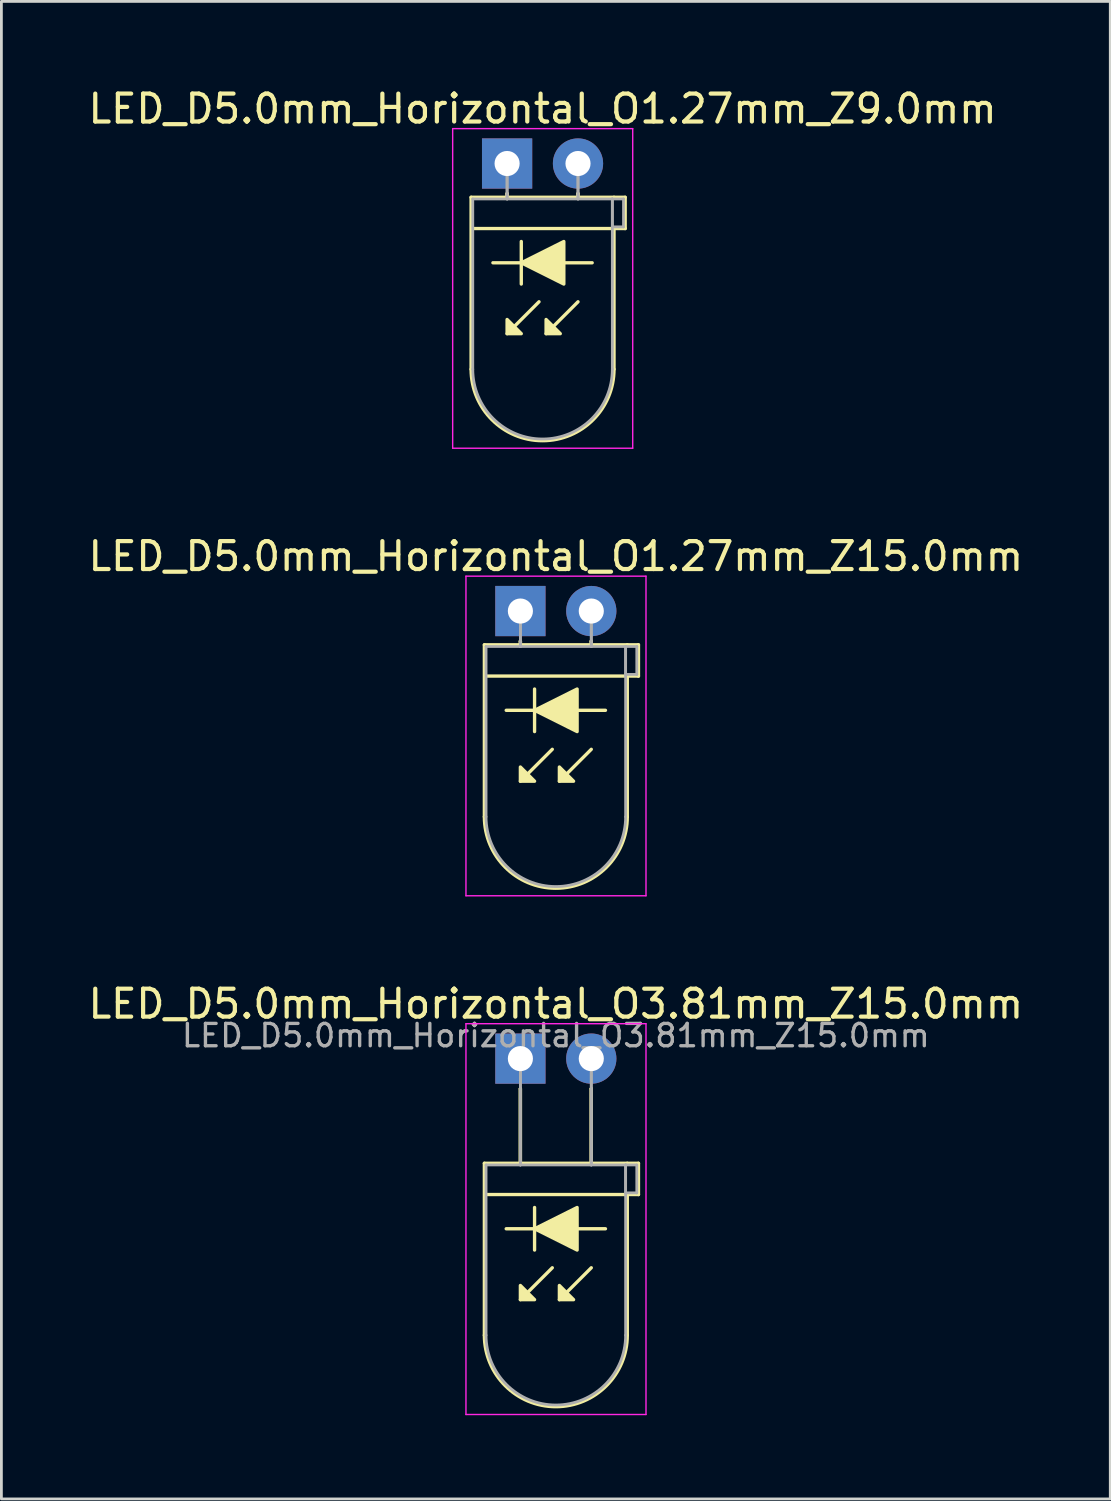
<source format=kicad_pcb>
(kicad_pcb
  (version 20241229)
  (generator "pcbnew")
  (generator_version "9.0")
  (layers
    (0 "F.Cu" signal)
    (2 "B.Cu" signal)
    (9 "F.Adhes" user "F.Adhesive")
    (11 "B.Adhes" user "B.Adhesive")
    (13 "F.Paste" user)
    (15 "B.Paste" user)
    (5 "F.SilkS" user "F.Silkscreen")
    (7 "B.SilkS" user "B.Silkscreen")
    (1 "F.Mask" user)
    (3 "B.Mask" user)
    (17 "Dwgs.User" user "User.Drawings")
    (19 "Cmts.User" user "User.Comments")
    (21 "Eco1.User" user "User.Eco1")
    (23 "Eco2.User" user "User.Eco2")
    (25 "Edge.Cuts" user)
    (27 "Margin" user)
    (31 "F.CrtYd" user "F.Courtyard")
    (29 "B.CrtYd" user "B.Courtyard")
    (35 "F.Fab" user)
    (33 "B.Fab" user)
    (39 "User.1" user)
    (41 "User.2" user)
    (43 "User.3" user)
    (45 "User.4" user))
  (footprint "LED_D5.0mm_Horizontal_O3.81mm_Z15.0mm"
    (layer "F.Cu")
    (at 15.593 34.875)
    (property "Reference" "LED_D5.0mm_Horizontal_O3.81mm_Z15.0mm" (at 1.27 -1.96 0) (layer "F.SilkS") (effects (font (size 1 1) (thickness 0.15))))
    (fp_line (start -1.29 3.75) (end -1.29 9.91) (stroke (width 0.12) (type solid)) (layer "F.SilkS"))
    (fp_line (start -1.29 3.75) (end 3.83 3.75) (stroke (width 0.12) (type solid)) (layer "F.SilkS"))
    (fp_line (start 0 1.08) (end 0 1.08) (stroke (width 0.12) (type solid)) (layer "F.SilkS"))
    (fp_line (start 0 1.08) (end 0 3.75) (stroke (width 0.12) (type solid)) (layer "F.SilkS"))
    (fp_line (start 0 3.75) (end 0 1.08) (stroke (width 0.12) (type solid)) (layer "F.SilkS"))
    (fp_line (start 0 3.75) (end 0 3.75) (stroke (width 0.12) (type solid)) (layer "F.SilkS"))
    (fp_line (start 0.508 5.334) (end 0.508 6.858) (stroke (width 0.12) (type solid)) (layer "F.SilkS"))
    (fp_line (start 0.508 6.096) (end -0.508 6.096) (stroke (width 0.12) (type solid)) (layer "F.SilkS"))
    (fp_line (start 1.143 7.493) (end 0 8.636) (stroke (width 0.12) (type solid)) (layer "F.SilkS"))
    (fp_line (start 2.54 1.08) (end 2.54 1.08) (stroke (width 0.12) (type solid)) (layer "F.SilkS"))
    (fp_line (start 2.54 1.08) (end 2.54 3.75) (stroke (width 0.12) (type solid)) (layer "F.SilkS"))
    (fp_line (start 2.54 3.75) (end 2.54 1.08) (stroke (width 0.12) (type solid)) (layer "F.SilkS"))
    (fp_line (start 2.54 3.75) (end 2.54 3.75) (stroke (width 0.12) (type solid)) (layer "F.SilkS"))
    (fp_line (start 2.54 7.493) (end 1.397 8.636) (stroke (width 0.12) (type solid)) (layer "F.SilkS"))
    (fp_line (start 3.048 6.096) (end 2.032 6.096) (stroke (width 0.12) (type solid)) (layer "F.SilkS"))
    (fp_line (start 3.83 3.75) (end 4.23 3.75) (stroke (width 0.12) (type solid)) (layer "F.SilkS"))
    (fp_line (start 3.83 4.87) (end 3.83 9.91) (stroke (width 0.12) (type solid)) (layer "F.SilkS"))
    (fp_line (start 4.23 3.75) (end 4.23 4.87) (stroke (width 0.12) (type solid)) (layer "F.SilkS"))
    (fp_line (start 4.23 4.87) (end -1.27 4.87) (stroke (width 0.12) (type solid)) (layer "F.SilkS"))
    (fp_arc (start 3.83 9.91) (mid 1.27 12.47) (end -1.29 9.91) (stroke (width 0.12) (type solid)) (layer "F.SilkS"))
    (fp_poly (pts (xy 0 8.128) (xy 0.508 8.636) (xy 0 8.636)) (stroke (width 0.12) (type solid)) (fill yes) (layer "F.SilkS"))
    (fp_poly (pts (xy 1.397 8.128) (xy 1.905 8.636) (xy 1.397 8.636)) (stroke (width 0.12) (type solid)) (fill yes) (layer "F.SilkS"))
    (fp_poly (pts (xy 2.032 6.858) (xy 0.508 6.096) (xy 2.032 5.334)) (stroke (width 0.12) (type solid)) (fill yes) (layer "F.SilkS"))
    (fp_line (start -1.95 -1.25) (end -1.95 12.75) (stroke (width 0.05) (type solid)) (layer "F.CrtYd"))
    (fp_line (start -1.95 12.75) (end 4.5 12.75) (stroke (width 0.05) (type solid)) (layer "F.CrtYd"))
    (fp_line (start 4.5 -1.25) (end -1.95 -1.25) (stroke (width 0.05) (type solid)) (layer "F.CrtYd"))
    (fp_line (start 4.5 12.75) (end 4.5 -1.25) (stroke (width 0.05) (type solid)) (layer "F.CrtYd"))
    (fp_line (start -1.23 3.81) (end -1.23 9.91) (stroke (width 0.1) (type solid)) (layer "F.Fab"))
    (fp_line (start -1.23 3.81) (end 3.77 3.81) (stroke (width 0.1) (type solid)) (layer "F.Fab"))
    (fp_line (start 0 0) (end 0 0) (stroke (width 0.1) (type solid)) (layer "F.Fab"))
    (fp_line (start 0 0) (end 0 3.81) (stroke (width 0.1) (type solid)) (layer "F.Fab"))
    (fp_line (start 0 3.81) (end 0 0) (stroke (width 0.1) (type solid)) (layer "F.Fab"))
    (fp_line (start 0 3.81) (end 0 3.81) (stroke (width 0.1) (type solid)) (layer "F.Fab"))
    (fp_line (start 2.54 0) (end 2.54 0) (stroke (width 0.1) (type solid)) (layer "F.Fab"))
    (fp_line (start 2.54 0) (end 2.54 3.81) (stroke (width 0.1) (type solid)) (layer "F.Fab"))
    (fp_line (start 2.54 3.81) (end 2.54 0) (stroke (width 0.1) (type solid)) (layer "F.Fab"))
    (fp_line (start 2.54 3.81) (end 2.54 3.81) (stroke (width 0.1) (type solid)) (layer "F.Fab"))
    (fp_line (start 3.77 3.81) (end 3.77 9.91) (stroke (width 0.1) (type solid)) (layer "F.Fab"))
    (fp_line (start 3.77 3.81) (end 4.17 3.81) (stroke (width 0.1) (type solid)) (layer "F.Fab"))
    (fp_line (start 3.77 4.81) (end 3.77 3.81) (stroke (width 0.1) (type solid)) (layer "F.Fab"))
    (fp_line (start 4.17 3.81) (end 4.17 4.81) (stroke (width 0.1) (type solid)) (layer "F.Fab"))
    (fp_line (start 4.17 4.81) (end 3.77 4.81) (stroke (width 0.1) (type solid)) (layer "F.Fab"))
    (fp_arc (start 3.77 9.91) (mid 1.27 12.41) (end -1.23 9.91) (stroke (width 0.1) (type solid)) (layer "F.Fab"))
    (fp_text user "${REFERENCE}" (at 1.27 -0.826 0) (layer "F.Fab") (effects (font (size 0.8 0.8) (thickness 0.12))))
    (pad "1" thru_hole rect (at 0 0) (size 1.8 1.8) (drill 0.9) (layers "*.Cu" "*.Mask"))
    (pad "2" thru_hole circle (at 2.54 0) (size 1.8 1.8) (drill 0.9) (layers "*.Cu" "*.Mask")))
  (footprint "LED_D5.0mm_Horizontal_O1.27mm_Z15.0mm"
    (layer "F.Cu")
    (at 15.593 18.841)
    (property "Reference" "LED_D5.0mm_Horizontal_O1.27mm_Z15.0mm" (at 1.27 -1.96 0) (layer "F.SilkS") (effects (font (size 1 1) (thickness 0.15))))
    (fp_line (start -1.29 1.21) (end -1.29 7.37) (stroke (width 0.12) (type solid)) (layer "F.SilkS"))
    (fp_line (start -1.29 1.21) (end 3.83 1.21) (stroke (width 0.12) (type solid)) (layer "F.SilkS"))
    (fp_line (start 0 1.08) (end 0 1.08) (stroke (width 0.12) (type solid)) (layer "F.SilkS"))
    (fp_line (start 0 1.08) (end 0 1.21) (stroke (width 0.12) (type solid)) (layer "F.SilkS"))
    (fp_line (start 0 1.21) (end 0 1.08) (stroke (width 0.12) (type solid)) (layer "F.SilkS"))
    (fp_line (start 0 1.21) (end 0 1.21) (stroke (width 0.12) (type solid)) (layer "F.SilkS"))
    (fp_line (start 0.508 2.794) (end 0.508 4.318) (stroke (width 0.12) (type solid)) (layer "F.SilkS"))
    (fp_line (start 0.508 3.556) (end -0.508 3.556) (stroke (width 0.12) (type solid)) (layer "F.SilkS"))
    (fp_line (start 1.143 4.953) (end 0 6.096) (stroke (width 0.12) (type solid)) (layer "F.SilkS"))
    (fp_line (start 2.54 1.08) (end 2.54 1.08) (stroke (width 0.12) (type solid)) (layer "F.SilkS"))
    (fp_line (start 2.54 1.08) (end 2.54 1.21) (stroke (width 0.12) (type solid)) (layer "F.SilkS"))
    (fp_line (start 2.54 1.21) (end 2.54 1.08) (stroke (width 0.12) (type solid)) (layer "F.SilkS"))
    (fp_line (start 2.54 1.21) (end 2.54 1.21) (stroke (width 0.12) (type solid)) (layer "F.SilkS"))
    (fp_line (start 2.54 4.953) (end 1.397 6.096) (stroke (width 0.12) (type solid)) (layer "F.SilkS"))
    (fp_line (start 3.048 3.556) (end 2.032 3.556) (stroke (width 0.12) (type solid)) (layer "F.SilkS"))
    (fp_line (start 3.83 1.21) (end 4.23 1.21) (stroke (width 0.12) (type solid)) (layer "F.SilkS"))
    (fp_line (start 3.83 2.33) (end 3.83 7.37) (stroke (width 0.12) (type solid)) (layer "F.SilkS"))
    (fp_line (start 4.23 1.21) (end 4.23 2.33) (stroke (width 0.12) (type solid)) (layer "F.SilkS"))
    (fp_line (start 4.23 2.33) (end -1.27 2.33) (stroke (width 0.12) (type solid)) (layer "F.SilkS"))
    (fp_arc (start 3.83 7.37) (mid 1.27 9.93) (end -1.29 7.37) (stroke (width 0.12) (type solid)) (layer "F.SilkS"))
    (fp_poly (pts (xy 0 5.588) (xy 0.508 6.096) (xy 0 6.096)) (stroke (width 0.12) (type solid)) (fill yes) (layer "F.SilkS"))
    (fp_poly (pts (xy 1.397 5.588) (xy 1.905 6.096) (xy 1.397 6.096)) (stroke (width 0.12) (type solid)) (fill yes) (layer "F.SilkS"))
    (fp_poly (pts (xy 2.032 4.318) (xy 0.508 3.556) (xy 2.032 2.794)) (stroke (width 0.12) (type solid)) (fill yes) (layer "F.SilkS"))
    (fp_line (start -1.95 -1.25) (end -1.95 10.2) (stroke (width 0.05) (type solid)) (layer "F.CrtYd"))
    (fp_line (start -1.95 10.2) (end 4.5 10.2) (stroke (width 0.05) (type solid)) (layer "F.CrtYd"))
    (fp_line (start 4.5 -1.25) (end -1.95 -1.25) (stroke (width 0.05) (type solid)) (layer "F.CrtYd"))
    (fp_line (start 4.5 10.2) (end 4.5 -1.25) (stroke (width 0.05) (type solid)) (layer "F.CrtYd"))
    (fp_line (start -1.23 1.27) (end -1.23 7.37) (stroke (width 0.1) (type solid)) (layer "F.Fab"))
    (fp_line (start -1.23 1.27) (end 3.77 1.27) (stroke (width 0.1) (type solid)) (layer "F.Fab"))
    (fp_line (start 0 0) (end 0 0) (stroke (width 0.1) (type solid)) (layer "F.Fab"))
    (fp_line (start 0 0) (end 0 1.27) (stroke (width 0.1) (type solid)) (layer "F.Fab"))
    (fp_line (start 0 1.27) (end 0 0) (stroke (width 0.1) (type solid)) (layer "F.Fab"))
    (fp_line (start 0 1.27) (end 0 1.27) (stroke (width 0.1) (type solid)) (layer "F.Fab"))
    (fp_line (start 2.54 0) (end 2.54 0) (stroke (width 0.1) (type solid)) (layer "F.Fab"))
    (fp_line (start 2.54 0) (end 2.54 1.27) (stroke (width 0.1) (type solid)) (layer "F.Fab"))
    (fp_line (start 2.54 1.27) (end 2.54 0) (stroke (width 0.1) (type solid)) (layer "F.Fab"))
    (fp_line (start 2.54 1.27) (end 2.54 1.27) (stroke (width 0.1) (type solid)) (layer "F.Fab"))
    (fp_line (start 3.77 1.27) (end 3.77 7.37) (stroke (width 0.1) (type solid)) (layer "F.Fab"))
    (fp_line (start 3.77 1.27) (end 4.17 1.27) (stroke (width 0.1) (type solid)) (layer "F.Fab"))
    (fp_line (start 3.77 2.27) (end 3.77 1.27) (stroke (width 0.1) (type solid)) (layer "F.Fab"))
    (fp_line (start 4.17 1.27) (end 4.17 2.27) (stroke (width 0.1) (type solid)) (layer "F.Fab"))
    (fp_line (start 4.17 2.27) (end 3.77 2.27) (stroke (width 0.1) (type solid)) (layer "F.Fab"))
    (fp_arc (start 3.77 7.37) (mid 1.27 9.87) (end -1.23 7.37) (stroke (width 0.1) (type solid)) (layer "F.Fab"))
    (pad "1" thru_hole rect (at 0 0) (size 1.8 1.8) (drill 0.9) (layers "*.Cu" "*.Mask"))
    (pad "2" thru_hole circle (at 2.54 0) (size 1.8 1.8) (drill 0.9) (layers "*.Cu" "*.Mask")))
  (footprint "LED_D5.0mm_Horizontal_O1.27mm_Z9.0mm"
    (layer "F.Cu")
    (at 15.117 2.808)
    (property "Reference" "LED_D5.0mm_Horizontal_O1.27mm_Z9.0mm" (at 1.27 -1.96 0) (layer "F.SilkS") (effects (font (size 1 1) (thickness 0.15))))
    (fp_line (start -1.29 1.21) (end -1.29 7.37) (stroke (width 0.12) (type solid)) (layer "F.SilkS"))
    (fp_line (start -1.29 1.21) (end 3.83 1.21) (stroke (width 0.12) (type solid)) (layer "F.SilkS"))
    (fp_line (start 0 1.08) (end 0 1.08) (stroke (width 0.12) (type solid)) (layer "F.SilkS"))
    (fp_line (start 0 1.08) (end 0 1.21) (stroke (width 0.12) (type solid)) (layer "F.SilkS"))
    (fp_line (start 0 1.21) (end 0 1.08) (stroke (width 0.12) (type solid)) (layer "F.SilkS"))
    (fp_line (start 0 1.21) (end 0 1.21) (stroke (width 0.12) (type solid)) (layer "F.SilkS"))
    (fp_line (start 0.508 2.794) (end 0.508 4.318) (stroke (width 0.12) (type solid)) (layer "F.SilkS"))
    (fp_line (start 0.508 3.556) (end -0.508 3.556) (stroke (width 0.12) (type solid)) (layer "F.SilkS"))
    (fp_line (start 1.143 4.953) (end 0 6.096) (stroke (width 0.12) (type solid)) (layer "F.SilkS"))
    (fp_line (start 2.54 1.08) (end 2.54 1.08) (stroke (width 0.12) (type solid)) (layer "F.SilkS"))
    (fp_line (start 2.54 1.08) (end 2.54 1.21) (stroke (width 0.12) (type solid)) (layer "F.SilkS"))
    (fp_line (start 2.54 1.21) (end 2.54 1.08) (stroke (width 0.12) (type solid)) (layer "F.SilkS"))
    (fp_line (start 2.54 1.21) (end 2.54 1.21) (stroke (width 0.12) (type solid)) (layer "F.SilkS"))
    (fp_line (start 2.54 4.953) (end 1.397 6.096) (stroke (width 0.12) (type solid)) (layer "F.SilkS"))
    (fp_line (start 3.048 3.556) (end 2.032 3.556) (stroke (width 0.12) (type solid)) (layer "F.SilkS"))
    (fp_line (start 3.83 1.21) (end 4.23 1.21) (stroke (width 0.12) (type solid)) (layer "F.SilkS"))
    (fp_line (start 3.83 2.33) (end 3.83 7.37) (stroke (width 0.12) (type solid)) (layer "F.SilkS"))
    (fp_line (start 4.23 1.21) (end 4.23 2.33) (stroke (width 0.12) (type solid)) (layer "F.SilkS"))
    (fp_line (start 4.23 2.33) (end -1.27 2.33) (stroke (width 0.12) (type solid)) (layer "F.SilkS"))
    (fp_arc (start 3.83 7.37) (mid 1.27 9.93) (end -1.29 7.37) (stroke (width 0.12) (type solid)) (layer "F.SilkS"))
    (fp_poly (pts (xy 0 5.588) (xy 0.508 6.096) (xy 0 6.096)) (stroke (width 0.12) (type solid)) (fill yes) (layer "F.SilkS"))
    (fp_poly (pts (xy 1.397 5.588) (xy 1.905 6.096) (xy 1.397 6.096)) (stroke (width 0.12) (type solid)) (fill yes) (layer "F.SilkS"))
    (fp_poly (pts (xy 2.032 4.318) (xy 0.508 3.556) (xy 2.032 2.794)) (stroke (width 0.12) (type solid)) (fill yes) (layer "F.SilkS"))
    (fp_line (start -1.95 -1.25) (end -1.95 10.2) (stroke (width 0.05) (type solid)) (layer "F.CrtYd"))
    (fp_line (start -1.95 10.2) (end 4.5 10.2) (stroke (width 0.05) (type solid)) (layer "F.CrtYd"))
    (fp_line (start 4.5 -1.25) (end -1.95 -1.25) (stroke (width 0.05) (type solid)) (layer "F.CrtYd"))
    (fp_line (start 4.5 10.2) (end 4.5 -1.25) (stroke (width 0.05) (type solid)) (layer "F.CrtYd"))
    (fp_line (start -1.23 1.27) (end -1.23 7.37) (stroke (width 0.1) (type solid)) (layer "F.Fab"))
    (fp_line (start -1.23 1.27) (end 3.77 1.27) (stroke (width 0.1) (type solid)) (layer "F.Fab"))
    (fp_line (start 0 0) (end 0 0) (stroke (width 0.1) (type solid)) (layer "F.Fab"))
    (fp_line (start 0 0) (end 0 1.27) (stroke (width 0.1) (type solid)) (layer "F.Fab"))
    (fp_line (start 0 1.27) (end 0 0) (stroke (width 0.1) (type solid)) (layer "F.Fab"))
    (fp_line (start 0 1.27) (end 0 1.27) (stroke (width 0.1) (type solid)) (layer "F.Fab"))
    (fp_line (start 2.54 0) (end 2.54 0) (stroke (width 0.1) (type solid)) (layer "F.Fab"))
    (fp_line (start 2.54 0) (end 2.54 1.27) (stroke (width 0.1) (type solid)) (layer "F.Fab"))
    (fp_line (start 2.54 1.27) (end 2.54 0) (stroke (width 0.1) (type solid)) (layer "F.Fab"))
    (fp_line (start 2.54 1.27) (end 2.54 1.27) (stroke (width 0.1) (type solid)) (layer "F.Fab"))
    (fp_line (start 3.77 1.27) (end 3.77 7.37) (stroke (width 0.1) (type solid)) (layer "F.Fab"))
    (fp_line (start 3.77 1.27) (end 4.17 1.27) (stroke (width 0.1) (type solid)) (layer "F.Fab"))
    (fp_line (start 3.77 2.27) (end 3.77 1.27) (stroke (width 0.1) (type solid)) (layer "F.Fab"))
    (fp_line (start 4.17 1.27) (end 4.17 2.27) (stroke (width 0.1) (type solid)) (layer "F.Fab"))
    (fp_line (start 4.17 2.27) (end 3.77 2.27) (stroke (width 0.1) (type solid)) (layer "F.Fab"))
    (fp_arc (start 3.77 7.37) (mid 1.27 9.87) (end -1.23 7.37) (stroke (width 0.1) (type solid)) (layer "F.Fab"))
    (pad "1" thru_hole rect (at 0 0) (size 1.8 1.8) (drill 0.9) (layers "*.Cu" "*.Mask"))
    (pad "2" thru_hole circle (at 2.54 0) (size 1.8 1.8) (drill 0.9) (layers "*.Cu" "*.Mask")))
  (gr_rect
    (start -3 -3)
    (end 36.726 50.65)
    (stroke (width 0.1) (type default))
    (fill no)
    (layer "Edge.Cuts")))
</source>
